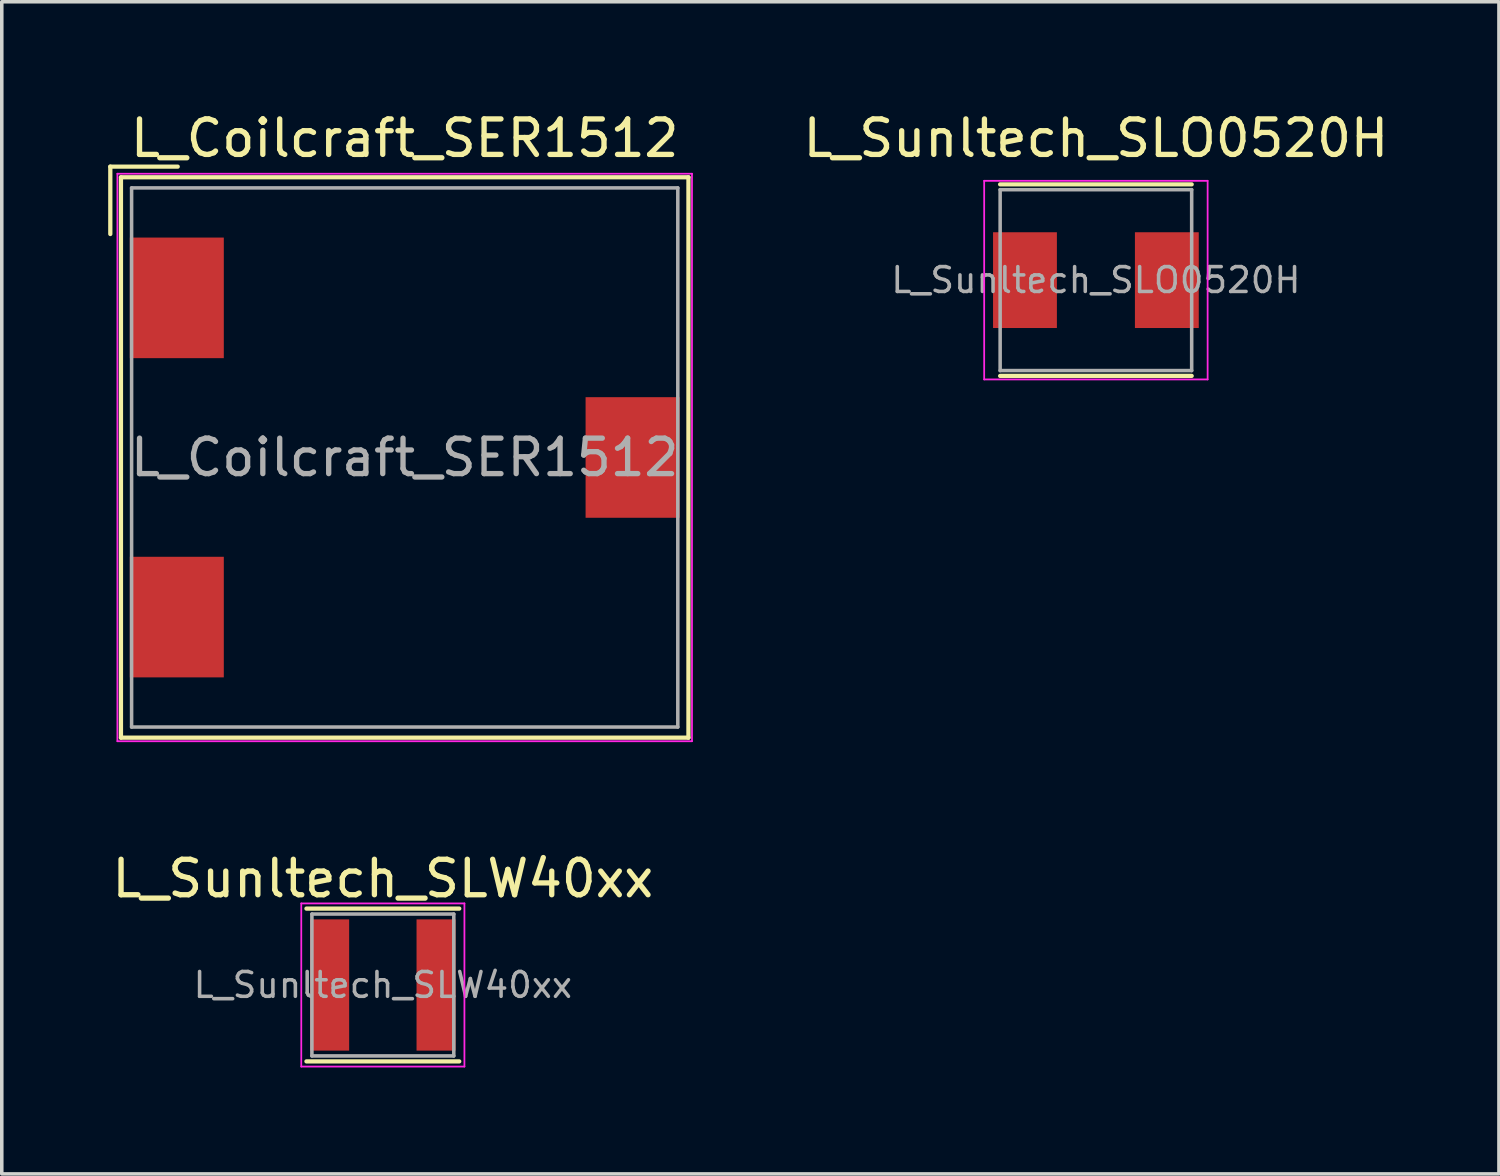
<source format=kicad_pcb>
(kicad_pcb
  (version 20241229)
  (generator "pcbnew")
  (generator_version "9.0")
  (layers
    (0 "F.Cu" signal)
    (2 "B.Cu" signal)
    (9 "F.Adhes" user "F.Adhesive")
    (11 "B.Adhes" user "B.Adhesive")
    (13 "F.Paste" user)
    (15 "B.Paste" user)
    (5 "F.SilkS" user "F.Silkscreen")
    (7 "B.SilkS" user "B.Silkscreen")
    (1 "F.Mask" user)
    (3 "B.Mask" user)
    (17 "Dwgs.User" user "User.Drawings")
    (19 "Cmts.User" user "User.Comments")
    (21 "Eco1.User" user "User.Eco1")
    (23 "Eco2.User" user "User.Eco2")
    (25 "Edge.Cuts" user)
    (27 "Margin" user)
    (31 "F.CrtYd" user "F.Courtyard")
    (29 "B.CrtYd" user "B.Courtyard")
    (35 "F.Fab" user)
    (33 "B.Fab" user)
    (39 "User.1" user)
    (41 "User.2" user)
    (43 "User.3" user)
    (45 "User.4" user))
  (footprint "L_Sunltech_SLW40xx"
    (layer "F.Cu")
    (at 7.744 24.721)
    (property "Reference" "L_Sunltech_SLW40xx" (at 0 -3 0) (layer "F.SilkS") (effects (font (size 1 1) (thickness 0.15))))
    (attr smd)
    (fp_line (start -2.154 -2.154) (end 2.154 -2.154) (stroke (width 0.12) (type solid)) (layer "F.SilkS"))
    (fp_line (start 2.154 2.154) (end -2.154 2.154) (stroke (width 0.12) (type solid)) (layer "F.SilkS"))
    (fp_line (start -2.3 -2.3) (end -2.3 2.3) (stroke (width 0.05) (type solid)) (layer "F.CrtYd"))
    (fp_line (start -2.3 -2.3) (end 2.3 -2.3) (stroke (width 0.05) (type solid)) (layer "F.CrtYd"))
    (fp_line (start -2.3 2.3) (end 2.3 2.3) (stroke (width 0.05) (type solid)) (layer "F.CrtYd"))
    (fp_line (start 2.3 -2.3) (end 2.3 2.3) (stroke (width 0.05) (type solid)) (layer "F.CrtYd"))
    (fp_line (start -2 -2) (end 2 -2) (stroke (width 0.1) (type solid)) (layer "F.Fab"))
    (fp_line (start -2 2) (end -2 -2) (stroke (width 0.1) (type solid)) (layer "F.Fab"))
    (fp_line (start 2 -2) (end 2 2) (stroke (width 0.1) (type solid)) (layer "F.Fab"))
    (fp_line (start 2 2) (end -2 2) (stroke (width 0.1) (type solid)) (layer "F.Fab"))
    (fp_text user "${REFERENCE}" (at 0 0 0) (layer "F.Fab") (effects (font (size 0.7 0.7) (thickness 0.1))))
    (pad "1" smd rect (at -1.5 0) (size 1.1 3.7) (layers "F.Cu" "F.Mask" "F.Paste"))
    (pad "2" smd rect (at 1.5 0) (size 1.1 3.7) (layers "F.Cu" "F.Mask" "F.Paste")))
  (footprint "L_Coilcraft_SER1512"
    (layer "F.Cu")
    (at 8.36 9.848)
    (property "Reference" "L_Coilcraft_SER1512" (at 0 -9 0) (layer "F.SilkS") (effects (font (size 1 1) (thickness 0.15))))
    (attr smd)
    (fp_line (start -8.3 -8.2) (end -8.3 -6.3) (stroke (width 0.12) (type solid)) (layer "F.SilkS"))
    (fp_line (start -8 -7.9) (end 8 -7.9) (stroke (width 0.12) (type solid)) (layer "F.SilkS"))
    (fp_line (start -8 7.9) (end -8 -7.9) (stroke (width 0.12) (type solid)) (layer "F.SilkS"))
    (fp_line (start -6.4 -8.2) (end -8.3 -8.2) (stroke (width 0.12) (type solid)) (layer "F.SilkS"))
    (fp_line (start 8 -7.9) (end 8 7.9) (stroke (width 0.12) (type solid)) (layer "F.SilkS"))
    (fp_line (start 8 7.9) (end -8 7.9) (stroke (width 0.12) (type solid)) (layer "F.SilkS"))
    (fp_line (start -8.1 -8) (end 8.1 -8) (stroke (width 0.05) (type solid)) (layer "F.CrtYd"))
    (fp_line (start -8.1 8) (end -8.1 -8) (stroke (width 0.05) (type solid)) (layer "F.CrtYd"))
    (fp_line (start -8.1 8) (end 8.1 8) (stroke (width 0.05) (type solid)) (layer "F.CrtYd"))
    (fp_line (start 8.1 8) (end 8.1 -8) (stroke (width 0.05) (type solid)) (layer "F.CrtYd"))
    (fp_line (start -7.7 -7.6) (end -7.7 7.6) (stroke (width 0.1) (type solid)) (layer "F.Fab"))
    (fp_line (start -7.7 7.6) (end 7.7 7.6) (stroke (width 0.1) (type solid)) (layer "F.Fab"))
    (fp_line (start 7.7 -7.6) (end -7.7 -7.6) (stroke (width 0.1) (type solid)) (layer "F.Fab"))
    (fp_line (start 7.7 7.6) (end 7.7 -7.6) (stroke (width 0.1) (type solid)) (layer "F.Fab"))
    (fp_text user "${REFERENCE}" (at 0 0 0) (layer "F.Fab") (effects (font (size 1 1) (thickness 0.15))))
    (pad "1" smd rect (at -6.425 -4.5) (size 2.65 3.4) (layers "F.Cu" "F.Mask" "F.Paste"))
    (pad "2" smd rect (at -6.425 4.5) (size 2.65 3.4) (layers "F.Cu" "F.Mask" "F.Paste"))
    (pad "MP" smd rect (at 6.425 0) (size 2.65 3.4) (layers "F.Cu" "F.Mask" "F.Paste")))
  (footprint "L_Sunltech_SLO0520H"
    (layer "F.Cu")
    (at 27.848 4.848)
    (property "Reference" "L_Sunltech_SLO0520H" (at 0 -4 0) (layer "F.SilkS") (effects (font (size 1 1) (thickness 0.15))))
    (attr smd)
    (fp_line (start -2.7 -2.7) (end 2.7 -2.7) (stroke (width 0.12) (type solid)) (layer "F.SilkS"))
    (fp_line (start 2.7 2.7) (end -2.7 2.7) (stroke (width 0.12) (type solid)) (layer "F.SilkS"))
    (fp_line (start -3.15 -2.8) (end -3.15 2.8) (stroke (width 0.05) (type solid)) (layer "F.CrtYd"))
    (fp_line (start -3.15 -2.8) (end 3.15 -2.8) (stroke (width 0.05) (type solid)) (layer "F.CrtYd"))
    (fp_line (start -3.15 2.8) (end 3.15 2.8) (stroke (width 0.05) (type solid)) (layer "F.CrtYd"))
    (fp_line (start 3.15 -2.8) (end 3.15 2.8) (stroke (width 0.05) (type solid)) (layer "F.CrtYd"))
    (fp_line (start -2.7 -2.55) (end 2.7 -2.55) (stroke (width 0.1) (type solid)) (layer "F.Fab"))
    (fp_line (start -2.7 2.55) (end -2.7 -2.55) (stroke (width 0.1) (type solid)) (layer "F.Fab"))
    (fp_line (start 2.7 -2.55) (end 2.7 2.55) (stroke (width 0.1) (type solid)) (layer "F.Fab"))
    (fp_line (start 2.7 2.55) (end -2.7 2.55) (stroke (width 0.1) (type solid)) (layer "F.Fab"))
    (fp_text user "${REFERENCE}" (at 0 0 0) (layer "F.Fab") (effects (font (size 0.7 0.7) (thickness 0.1))))
    (pad "1" smd rect (at -2 0) (size 1.8 2.7) (layers "F.Cu" "F.Mask" "F.Paste"))
    (pad "2" smd rect (at 2 0) (size 1.8 2.7) (layers "F.Cu" "F.Mask" "F.Paste")))
  (gr_rect
    (start -3 -3)
    (end 39.211 30.047)
    (stroke (width 0.1) (type default))
    (fill no)
    (layer "Edge.Cuts")))
</source>
